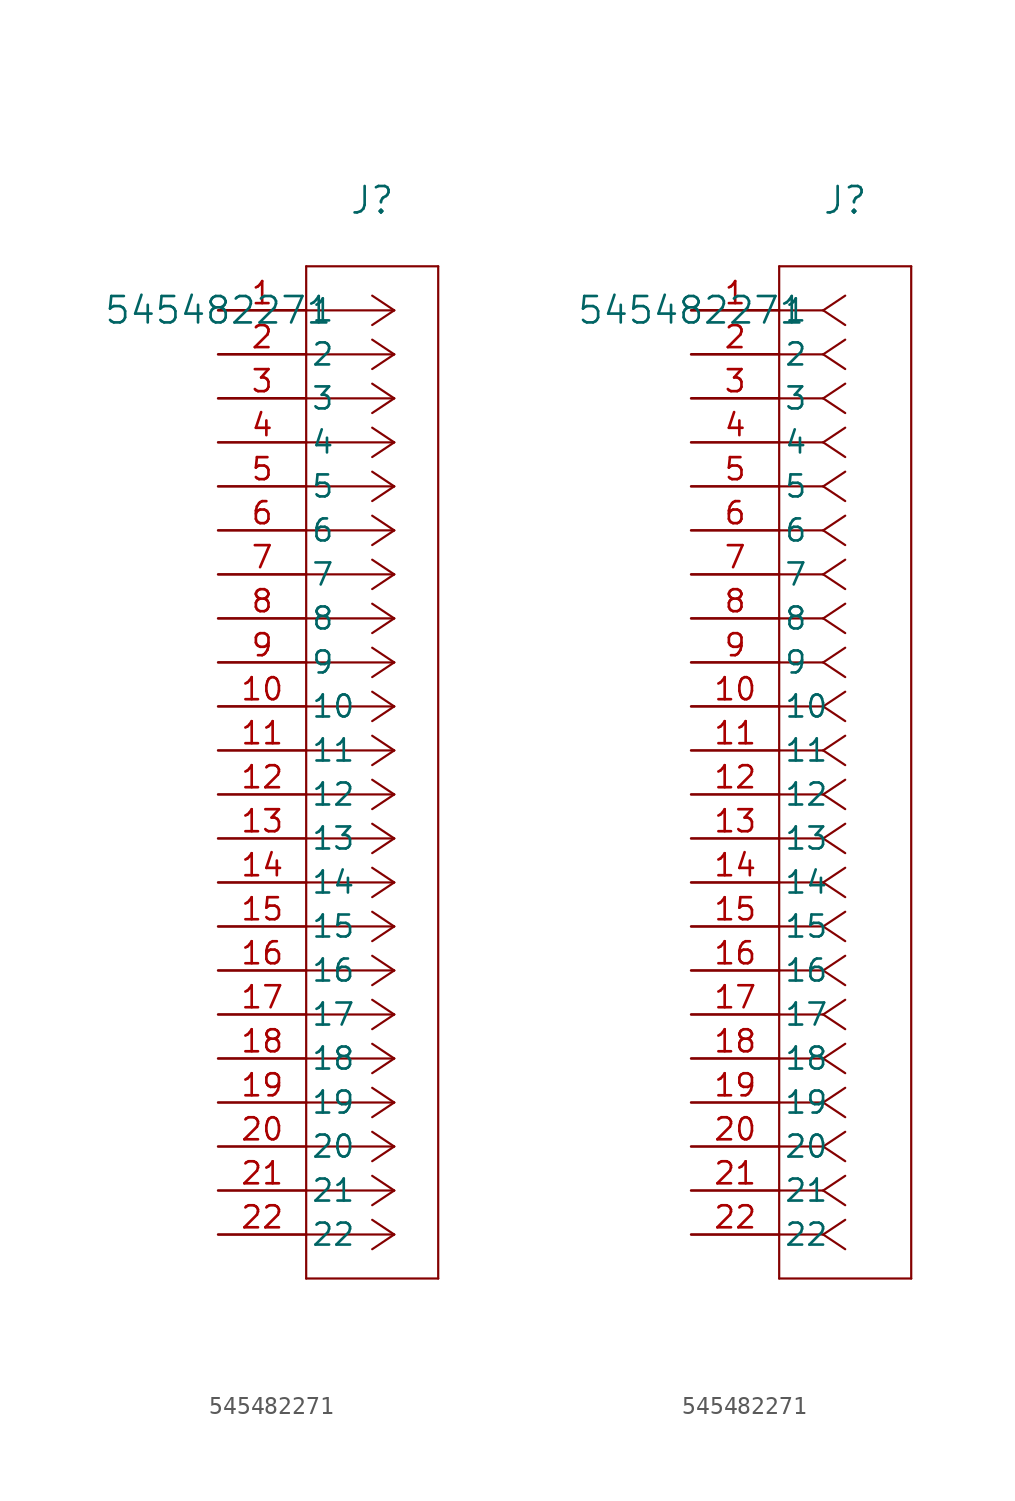
<source format=kicad_sym>
(kicad_symbol_lib
  (version 20211014)
  (generator kicad_symbol_editor)
  (symbol "545482271"
    (pin_names
      (offset 0.254))
    (property "Reference" "J"
      (at 8.89 6.35 0)
      (effects (font (size 1.524 1.524))))
    (property "Value" "545482271"
      (at 0 0 0)
      (effects (font (size 1.524 1.524))))
    (symbol "545482271_1_1"
      (polyline (pts (xy 10.16 0) (xy 5.08 0)) (stroke (width 0.127) (type default) (color 0 0 0 0)) (fill (type none)))
      (polyline (pts (xy 10.16 -2.54) (xy 5.08 -2.54)) (stroke (width 0.127) (type default) (color 0 0 0 0)) (fill (type none)))
      (polyline (pts (xy 10.16 -5.08) (xy 5.08 -5.08)) (stroke (width 0.127) (type default) (color 0 0 0 0)) (fill (type none)))
      (polyline (pts (xy 10.16 -7.62) (xy 5.08 -7.62)) (stroke (width 0.127) (type default) (color 0 0 0 0)) (fill (type none)))
      (polyline (pts (xy 10.16 -10.16) (xy 5.08 -10.16)) (stroke (width 0.127) (type default) (color 0 0 0 0)) (fill (type none)))
      (polyline (pts (xy 10.16 -12.7) (xy 5.08 -12.7)) (stroke (width 0.127) (type default) (color 0 0 0 0)) (fill (type none)))
      (polyline (pts (xy 10.16 -15.24) (xy 5.08 -15.24)) (stroke (width 0.127) (type default) (color 0 0 0 0)) (fill (type none)))
      (polyline (pts (xy 10.16 -17.78) (xy 5.08 -17.78)) (stroke (width 0.127) (type default) (color 0 0 0 0)) (fill (type none)))
      (polyline (pts (xy 10.16 -20.32) (xy 5.08 -20.32)) (stroke (width 0.127) (type default) (color 0 0 0 0)) (fill (type none)))
      (polyline (pts (xy 10.16 -22.86) (xy 5.08 -22.86)) (stroke (width 0.127) (type default) (color 0 0 0 0)) (fill (type none)))
      (polyline (pts (xy 10.16 -25.4) (xy 5.08 -25.4)) (stroke (width 0.127) (type default) (color 0 0 0 0)) (fill (type none)))
      (polyline (pts (xy 10.16 -27.94) (xy 5.08 -27.94)) (stroke (width 0.127) (type default) (color 0 0 0 0)) (fill (type none)))
      (polyline (pts (xy 10.16 -30.48) (xy 5.08 -30.48)) (stroke (width 0.127) (type default) (color 0 0 0 0)) (fill (type none)))
      (polyline (pts (xy 10.16 -33.02) (xy 5.08 -33.02)) (stroke (width 0.127) (type default) (color 0 0 0 0)) (fill (type none)))
      (polyline (pts (xy 10.16 -35.56) (xy 5.08 -35.56)) (stroke (width 0.127) (type default) (color 0 0 0 0)) (fill (type none)))
      (polyline (pts (xy 10.16 -38.1) (xy 5.08 -38.1)) (stroke (width 0.127) (type default) (color 0 0 0 0)) (fill (type none)))
      (polyline (pts (xy 10.16 -40.64) (xy 5.08 -40.64)) (stroke (width 0.127) (type default) (color 0 0 0 0)) (fill (type none)))
      (polyline (pts (xy 10.16 -43.18) (xy 5.08 -43.18)) (stroke (width 0.127) (type default) (color 0 0 0 0)) (fill (type none)))
      (polyline (pts (xy 10.16 -45.72) (xy 5.08 -45.72)) (stroke (width 0.127) (type default) (color 0 0 0 0)) (fill (type none)))
      (polyline (pts (xy 10.16 -48.26) (xy 5.08 -48.26)) (stroke (width 0.127) (type default) (color 0 0 0 0)) (fill (type none)))
      (polyline (pts (xy 10.16 -50.8) (xy 5.08 -50.8)) (stroke (width 0.127) (type default) (color 0 0 0 0)) (fill (type none)))
      (polyline (pts (xy 10.16 -53.34) (xy 5.08 -53.34)) (stroke (width 0.127) (type default) (color 0 0 0 0)) (fill (type none)))
      (polyline (pts (xy 10.16 0) (xy 8.89 0.847)) (stroke (width 0.127) (type default) (color 0 0 0 0)) (fill (type none)))
      (polyline (pts (xy 10.16 -2.54) (xy 8.89 -1.693)) (stroke (width 0.127) (type default) (color 0 0 0 0)) (fill (type none)))
      (polyline (pts (xy 10.16 -5.08) (xy 8.89 -4.233)) (stroke (width 0.127) (type default) (color 0 0 0 0)) (fill (type none)))
      (polyline (pts (xy 10.16 -7.62) (xy 8.89 -6.773)) (stroke (width 0.127) (type default) (color 0 0 0 0)) (fill (type none)))
      (polyline (pts (xy 10.16 -10.16) (xy 8.89 -9.313)) (stroke (width 0.127) (type default) (color 0 0 0 0)) (fill (type none)))
      (polyline (pts (xy 10.16 -12.7) (xy 8.89 -11.853)) (stroke (width 0.127) (type default) (color 0 0 0 0)) (fill (type none)))
      (polyline (pts (xy 10.16 -15.24) (xy 8.89 -14.393)) (stroke (width 0.127) (type default) (color 0 0 0 0)) (fill (type none)))
      (polyline (pts (xy 10.16 -17.78) (xy 8.89 -16.933)) (stroke (width 0.127) (type default) (color 0 0 0 0)) (fill (type none)))
      (polyline (pts (xy 10.16 -20.32) (xy 8.89 -19.473)) (stroke (width 0.127) (type default) (color 0 0 0 0)) (fill (type none)))
      (polyline (pts (xy 10.16 -22.86) (xy 8.89 -22.013)) (stroke (width 0.127) (type default) (color 0 0 0 0)) (fill (type none)))
      (polyline (pts (xy 10.16 -25.4) (xy 8.89 -24.553)) (stroke (width 0.127) (type default) (color 0 0 0 0)) (fill (type none)))
      (polyline (pts (xy 10.16 -27.94) (xy 8.89 -27.093)) (stroke (width 0.127) (type default) (color 0 0 0 0)) (fill (type none)))
      (polyline (pts (xy 10.16 -30.48) (xy 8.89 -29.633)) (stroke (width 0.127) (type default) (color 0 0 0 0)) (fill (type none)))
      (polyline (pts (xy 10.16 -33.02) (xy 8.89 -32.173)) (stroke (width 0.127) (type default) (color 0 0 0 0)) (fill (type none)))
      (polyline (pts (xy 10.16 -35.56) (xy 8.89 -34.713)) (stroke (width 0.127) (type default) (color 0 0 0 0)) (fill (type none)))
      (polyline (pts (xy 10.16 -38.1) (xy 8.89 -37.253)) (stroke (width 0.127) (type default) (color 0 0 0 0)) (fill (type none)))
      (polyline (pts (xy 10.16 -40.64) (xy 8.89 -39.793)) (stroke (width 0.127) (type default) (color 0 0 0 0)) (fill (type none)))
      (polyline (pts (xy 10.16 -43.18) (xy 8.89 -42.333)) (stroke (width 0.127) (type default) (color 0 0 0 0)) (fill (type none)))
      (polyline (pts (xy 10.16 -45.72) (xy 8.89 -44.873)) (stroke (width 0.127) (type default) (color 0 0 0 0)) (fill (type none)))
      (polyline (pts (xy 10.16 -48.26) (xy 8.89 -47.413)) (stroke (width 0.127) (type default) (color 0 0 0 0)) (fill (type none)))
      (polyline (pts (xy 10.16 -50.8) (xy 8.89 -49.953)) (stroke (width 0.127) (type default) (color 0 0 0 0)) (fill (type none)))
      (polyline (pts (xy 10.16 -53.34) (xy 8.89 -52.493)) (stroke (width 0.127) (type default) (color 0 0 0 0)) (fill (type none)))
      (polyline (pts (xy 10.16 0) (xy 8.89 -0.847)) (stroke (width 0.127) (type default) (color 0 0 0 0)) (fill (type none)))
      (polyline (pts (xy 10.16 -2.54) (xy 8.89 -3.387)) (stroke (width 0.127) (type default) (color 0 0 0 0)) (fill (type none)))
      (polyline (pts (xy 10.16 -5.08) (xy 8.89 -5.927)) (stroke (width 0.127) (type default) (color 0 0 0 0)) (fill (type none)))
      (polyline (pts (xy 10.16 -7.62) (xy 8.89 -8.467)) (stroke (width 0.127) (type default) (color 0 0 0 0)) (fill (type none)))
      (polyline (pts (xy 10.16 -10.16) (xy 8.89 -11.007)) (stroke (width 0.127) (type default) (color 0 0 0 0)) (fill (type none)))
      (polyline (pts (xy 10.16 -12.7) (xy 8.89 -13.547)) (stroke (width 0.127) (type default) (color 0 0 0 0)) (fill (type none)))
      (polyline (pts (xy 10.16 -15.24) (xy 8.89 -16.087)) (stroke (width 0.127) (type default) (color 0 0 0 0)) (fill (type none)))
      (polyline (pts (xy 10.16 -17.78) (xy 8.89 -18.627)) (stroke (width 0.127) (type default) (color 0 0 0 0)) (fill (type none)))
      (polyline (pts (xy 10.16 -20.32) (xy 8.89 -21.167)) (stroke (width 0.127) (type default) (color 0 0 0 0)) (fill (type none)))
      (polyline (pts (xy 10.16 -22.86) (xy 8.89 -23.707)) (stroke (width 0.127) (type default) (color 0 0 0 0)) (fill (type none)))
      (polyline (pts (xy 10.16 -25.4) (xy 8.89 -26.247)) (stroke (width 0.127) (type default) (color 0 0 0 0)) (fill (type none)))
      (polyline (pts (xy 10.16 -27.94) (xy 8.89 -28.787)) (stroke (width 0.127) (type default) (color 0 0 0 0)) (fill (type none)))
      (polyline (pts (xy 10.16 -30.48) (xy 8.89 -31.327)) (stroke (width 0.127) (type default) (color 0 0 0 0)) (fill (type none)))
      (polyline (pts (xy 10.16 -33.02) (xy 8.89 -33.867)) (stroke (width 0.127) (type default) (color 0 0 0 0)) (fill (type none)))
      (polyline (pts (xy 10.16 -35.56) (xy 8.89 -36.407)) (stroke (width 0.127) (type default) (color 0 0 0 0)) (fill (type none)))
      (polyline (pts (xy 10.16 -38.1) (xy 8.89 -38.947)) (stroke (width 0.127) (type default) (color 0 0 0 0)) (fill (type none)))
      (polyline (pts (xy 10.16 -40.64) (xy 8.89 -41.487)) (stroke (width 0.127) (type default) (color 0 0 0 0)) (fill (type none)))
      (polyline (pts (xy 10.16 -43.18) (xy 8.89 -44.027)) (stroke (width 0.127) (type default) (color 0 0 0 0)) (fill (type none)))
      (polyline (pts (xy 10.16 -45.72) (xy 8.89 -46.567)) (stroke (width 0.127) (type default) (color 0 0 0 0)) (fill (type none)))
      (polyline (pts (xy 10.16 -48.26) (xy 8.89 -49.107)) (stroke (width 0.127) (type default) (color 0 0 0 0)) (fill (type none)))
      (polyline (pts (xy 10.16 -50.8) (xy 8.89 -51.647)) (stroke (width 0.127) (type default) (color 0 0 0 0)) (fill (type none)))
      (polyline (pts (xy 10.16 -53.34) (xy 8.89 -54.187)) (stroke (width 0.127) (type default) (color 0 0 0 0)) (fill (type none)))
      (polyline (pts (xy 5.08 2.54) (xy 5.08 -55.88)) (stroke (width 0.127) (type default) (color 0 0 0 0)) (fill (type none)))
      (polyline (pts (xy 5.08 -55.88) (xy 12.7 -55.88)) (stroke (width 0.127) (type default) (color 0 0 0 0)) (fill (type none)))
      (polyline (pts (xy 12.7 -55.88) (xy 12.7 2.54)) (stroke (width 0.127) (type default) (color 0 0 0 0)) (fill (type none)))
      (polyline (pts (xy 12.7 2.54) (xy 5.08 2.54)) (stroke (width 0.127) (type default) (color 0 0 0 0)) (fill (type none)))
      (pin unspecified line (at 0 0 0) (length 5.08) (name "1" (effects (font (size 1.27 1.27)))) (number "1" (effects (font (size 1.27 1.27)))))
      (pin unspecified line (at 0 -2.54 0) (length 5.08) (name "2" (effects (font (size 1.27 1.27)))) (number "2" (effects (font (size 1.27 1.27)))))
      (pin unspecified line (at 0 -5.08 0) (length 5.08) (name "3" (effects (font (size 1.27 1.27)))) (number "3" (effects (font (size 1.27 1.27)))))
      (pin unspecified line (at 0 -7.62 0) (length 5.08) (name "4" (effects (font (size 1.27 1.27)))) (number "4" (effects (font (size 1.27 1.27)))))
      (pin unspecified line (at 0 -10.16 0) (length 5.08) (name "5" (effects (font (size 1.27 1.27)))) (number "5" (effects (font (size 1.27 1.27)))))
      (pin unspecified line (at 0 -12.7 0) (length 5.08) (name "6" (effects (font (size 1.27 1.27)))) (number "6" (effects (font (size 1.27 1.27)))))
      (pin unspecified line (at 0 -15.24 0) (length 5.08) (name "7" (effects (font (size 1.27 1.27)))) (number "7" (effects (font (size 1.27 1.27)))))
      (pin unspecified line (at 0 -17.78 0) (length 5.08) (name "8" (effects (font (size 1.27 1.27)))) (number "8" (effects (font (size 1.27 1.27)))))
      (pin unspecified line (at 0 -20.32 0) (length 5.08) (name "9" (effects (font (size 1.27 1.27)))) (number "9" (effects (font (size 1.27 1.27)))))
      (pin unspecified line (at 0 -22.86 0) (length 5.08) (name "10" (effects (font (size 1.27 1.27)))) (number "10" (effects (font (size 1.27 1.27)))))
      (pin unspecified line (at 0 -25.4 0) (length 5.08) (name "11" (effects (font (size 1.27 1.27)))) (number "11" (effects (font (size 1.27 1.27)))))
      (pin unspecified line (at 0 -27.94 0) (length 5.08) (name "12" (effects (font (size 1.27 1.27)))) (number "12" (effects (font (size 1.27 1.27)))))
      (pin unspecified line (at 0 -30.48 0) (length 5.08) (name "13" (effects (font (size 1.27 1.27)))) (number "13" (effects (font (size 1.27 1.27)))))
      (pin unspecified line (at 0 -33.02 0) (length 5.08) (name "14" (effects (font (size 1.27 1.27)))) (number "14" (effects (font (size 1.27 1.27)))))
      (pin unspecified line (at 0 -35.56 0) (length 5.08) (name "15" (effects (font (size 1.27 1.27)))) (number "15" (effects (font (size 1.27 1.27)))))
      (pin unspecified line (at 0 -38.1 0) (length 5.08) (name "16" (effects (font (size 1.27 1.27)))) (number "16" (effects (font (size 1.27 1.27)))))
      (pin unspecified line (at 0 -40.64 0) (length 5.08) (name "17" (effects (font (size 1.27 1.27)))) (number "17" (effects (font (size 1.27 1.27)))))
      (pin unspecified line (at 0 -43.18 0) (length 5.08) (name "18" (effects (font (size 1.27 1.27)))) (number "18" (effects (font (size 1.27 1.27)))))
      (pin unspecified line (at 0 -45.72 0) (length 5.08) (name "19" (effects (font (size 1.27 1.27)))) (number "19" (effects (font (size 1.27 1.27)))))
      (pin unspecified line (at 0 -48.26 0) (length 5.08) (name "20" (effects (font (size 1.27 1.27)))) (number "20" (effects (font (size 1.27 1.27)))))
      (pin unspecified line (at 0 -50.8 0) (length 5.08) (name "21" (effects (font (size 1.27 1.27)))) (number "21" (effects (font (size 1.27 1.27)))))
      (pin unspecified line (at 0 -53.34 0) (length 5.08) (name "22" (effects (font (size 1.27 1.27)))) (number "22" (effects (font (size 1.27 1.27))))))
    (symbol "545482271_1_2"
      (polyline (pts (xy 7.62 0) (xy 5.08 0)) (stroke (width 0.127) (type default) (color 0 0 0 0)) (fill (type none)))
      (polyline (pts (xy 7.62 -2.54) (xy 5.08 -2.54)) (stroke (width 0.127) (type default) (color 0 0 0 0)) (fill (type none)))
      (polyline (pts (xy 7.62 -5.08) (xy 5.08 -5.08)) (stroke (width 0.127) (type default) (color 0 0 0 0)) (fill (type none)))
      (polyline (pts (xy 7.62 -7.62) (xy 5.08 -7.62)) (stroke (width 0.127) (type default) (color 0 0 0 0)) (fill (type none)))
      (polyline (pts (xy 7.62 -10.16) (xy 5.08 -10.16)) (stroke (width 0.127) (type default) (color 0 0 0 0)) (fill (type none)))
      (polyline (pts (xy 7.62 -12.7) (xy 5.08 -12.7)) (stroke (width 0.127) (type default) (color 0 0 0 0)) (fill (type none)))
      (polyline (pts (xy 7.62 -15.24) (xy 5.08 -15.24)) (stroke (width 0.127) (type default) (color 0 0 0 0)) (fill (type none)))
      (polyline (pts (xy 7.62 -17.78) (xy 5.08 -17.78)) (stroke (width 0.127) (type default) (color 0 0 0 0)) (fill (type none)))
      (polyline (pts (xy 7.62 -20.32) (xy 5.08 -20.32)) (stroke (width 0.127) (type default) (color 0 0 0 0)) (fill (type none)))
      (polyline (pts (xy 7.62 -22.86) (xy 5.08 -22.86)) (stroke (width 0.127) (type default) (color 0 0 0 0)) (fill (type none)))
      (polyline (pts (xy 7.62 -25.4) (xy 5.08 -25.4)) (stroke (width 0.127) (type default) (color 0 0 0 0)) (fill (type none)))
      (polyline (pts (xy 7.62 -27.94) (xy 5.08 -27.94)) (stroke (width 0.127) (type default) (color 0 0 0 0)) (fill (type none)))
      (polyline (pts (xy 7.62 -30.48) (xy 5.08 -30.48)) (stroke (width 0.127) (type default) (color 0 0 0 0)) (fill (type none)))
      (polyline (pts (xy 7.62 -33.02) (xy 5.08 -33.02)) (stroke (width 0.127) (type default) (color 0 0 0 0)) (fill (type none)))
      (polyline (pts (xy 7.62 -35.56) (xy 5.08 -35.56)) (stroke (width 0.127) (type default) (color 0 0 0 0)) (fill (type none)))
      (polyline (pts (xy 7.62 -38.1) (xy 5.08 -38.1)) (stroke (width 0.127) (type default) (color 0 0 0 0)) (fill (type none)))
      (polyline (pts (xy 7.62 -40.64) (xy 5.08 -40.64)) (stroke (width 0.127) (type default) (color 0 0 0 0)) (fill (type none)))
      (polyline (pts (xy 7.62 -43.18) (xy 5.08 -43.18)) (stroke (width 0.127) (type default) (color 0 0 0 0)) (fill (type none)))
      (polyline (pts (xy 7.62 -45.72) (xy 5.08 -45.72)) (stroke (width 0.127) (type default) (color 0 0 0 0)) (fill (type none)))
      (polyline (pts (xy 7.62 -48.26) (xy 5.08 -48.26)) (stroke (width 0.127) (type default) (color 0 0 0 0)) (fill (type none)))
      (polyline (pts (xy 7.62 -50.8) (xy 5.08 -50.8)) (stroke (width 0.127) (type default) (color 0 0 0 0)) (fill (type none)))
      (polyline (pts (xy 7.62 -53.34) (xy 5.08 -53.34)) (stroke (width 0.127) (type default) (color 0 0 0 0)) (fill (type none)))
      (polyline (pts (xy 7.62 0) (xy 8.89 0.847)) (stroke (width 0.127) (type default) (color 0 0 0 0)) (fill (type none)))
      (polyline (pts (xy 7.62 -2.54) (xy 8.89 -1.693)) (stroke (width 0.127) (type default) (color 0 0 0 0)) (fill (type none)))
      (polyline (pts (xy 7.62 -5.08) (xy 8.89 -4.233)) (stroke (width 0.127) (type default) (color 0 0 0 0)) (fill (type none)))
      (polyline (pts (xy 7.62 -7.62) (xy 8.89 -6.773)) (stroke (width 0.127) (type default) (color 0 0 0 0)) (fill (type none)))
      (polyline (pts (xy 7.62 -10.16) (xy 8.89 -9.313)) (stroke (width 0.127) (type default) (color 0 0 0 0)) (fill (type none)))
      (polyline (pts (xy 7.62 -12.7) (xy 8.89 -11.853)) (stroke (width 0.127) (type default) (color 0 0 0 0)) (fill (type none)))
      (polyline (pts (xy 7.62 -15.24) (xy 8.89 -14.393)) (stroke (width 0.127) (type default) (color 0 0 0 0)) (fill (type none)))
      (polyline (pts (xy 7.62 -17.78) (xy 8.89 -16.933)) (stroke (width 0.127) (type default) (color 0 0 0 0)) (fill (type none)))
      (polyline (pts (xy 7.62 -20.32) (xy 8.89 -19.473)) (stroke (width 0.127) (type default) (color 0 0 0 0)) (fill (type none)))
      (polyline (pts (xy 7.62 -22.86) (xy 8.89 -22.013)) (stroke (width 0.127) (type default) (color 0 0 0 0)) (fill (type none)))
      (polyline (pts (xy 7.62 -25.4) (xy 8.89 -24.553)) (stroke (width 0.127) (type default) (color 0 0 0 0)) (fill (type none)))
      (polyline (pts (xy 7.62 -27.94) (xy 8.89 -27.093)) (stroke (width 0.127) (type default) (color 0 0 0 0)) (fill (type none)))
      (polyline (pts (xy 7.62 -30.48) (xy 8.89 -29.633)) (stroke (width 0.127) (type default) (color 0 0 0 0)) (fill (type none)))
      (polyline (pts (xy 7.62 -33.02) (xy 8.89 -32.173)) (stroke (width 0.127) (type default) (color 0 0 0 0)) (fill (type none)))
      (polyline (pts (xy 7.62 -35.56) (xy 8.89 -34.713)) (stroke (width 0.127) (type default) (color 0 0 0 0)) (fill (type none)))
      (polyline (pts (xy 7.62 -38.1) (xy 8.89 -37.253)) (stroke (width 0.127) (type default) (color 0 0 0 0)) (fill (type none)))
      (polyline (pts (xy 7.62 -40.64) (xy 8.89 -39.793)) (stroke (width 0.127) (type default) (color 0 0 0 0)) (fill (type none)))
      (polyline (pts (xy 7.62 -43.18) (xy 8.89 -42.333)) (stroke (width 0.127) (type default) (color 0 0 0 0)) (fill (type none)))
      (polyline (pts (xy 7.62 -45.72) (xy 8.89 -44.873)) (stroke (width 0.127) (type default) (color 0 0 0 0)) (fill (type none)))
      (polyline (pts (xy 7.62 -48.26) (xy 8.89 -47.413)) (stroke (width 0.127) (type default) (color 0 0 0 0)) (fill (type none)))
      (polyline (pts (xy 7.62 -50.8) (xy 8.89 -49.953)) (stroke (width 0.127) (type default) (color 0 0 0 0)) (fill (type none)))
      (polyline (pts (xy 7.62 -53.34) (xy 8.89 -52.493)) (stroke (width 0.127) (type default) (color 0 0 0 0)) (fill (type none)))
      (polyline (pts (xy 7.62 0) (xy 8.89 -0.847)) (stroke (width 0.127) (type default) (color 0 0 0 0)) (fill (type none)))
      (polyline (pts (xy 7.62 -2.54) (xy 8.89 -3.387)) (stroke (width 0.127) (type default) (color 0 0 0 0)) (fill (type none)))
      (polyline (pts (xy 7.62 -5.08) (xy 8.89 -5.927)) (stroke (width 0.127) (type default) (color 0 0 0 0)) (fill (type none)))
      (polyline (pts (xy 7.62 -7.62) (xy 8.89 -8.467)) (stroke (width 0.127) (type default) (color 0 0 0 0)) (fill (type none)))
      (polyline (pts (xy 7.62 -10.16) (xy 8.89 -11.007)) (stroke (width 0.127) (type default) (color 0 0 0 0)) (fill (type none)))
      (polyline (pts (xy 7.62 -12.7) (xy 8.89 -13.547)) (stroke (width 0.127) (type default) (color 0 0 0 0)) (fill (type none)))
      (polyline (pts (xy 7.62 -15.24) (xy 8.89 -16.087)) (stroke (width 0.127) (type default) (color 0 0 0 0)) (fill (type none)))
      (polyline (pts (xy 7.62 -17.78) (xy 8.89 -18.627)) (stroke (width 0.127) (type default) (color 0 0 0 0)) (fill (type none)))
      (polyline (pts (xy 7.62 -20.32) (xy 8.89 -21.167)) (stroke (width 0.127) (type default) (color 0 0 0 0)) (fill (type none)))
      (polyline (pts (xy 7.62 -22.86) (xy 8.89 -23.707)) (stroke (width 0.127) (type default) (color 0 0 0 0)) (fill (type none)))
      (polyline (pts (xy 7.62 -25.4) (xy 8.89 -26.247)) (stroke (width 0.127) (type default) (color 0 0 0 0)) (fill (type none)))
      (polyline (pts (xy 7.62 -27.94) (xy 8.89 -28.787)) (stroke (width 0.127) (type default) (color 0 0 0 0)) (fill (type none)))
      (polyline (pts (xy 7.62 -30.48) (xy 8.89 -31.327)) (stroke (width 0.127) (type default) (color 0 0 0 0)) (fill (type none)))
      (polyline (pts (xy 7.62 -33.02) (xy 8.89 -33.867)) (stroke (width 0.127) (type default) (color 0 0 0 0)) (fill (type none)))
      (polyline (pts (xy 7.62 -35.56) (xy 8.89 -36.407)) (stroke (width 0.127) (type default) (color 0 0 0 0)) (fill (type none)))
      (polyline (pts (xy 7.62 -38.1) (xy 8.89 -38.947)) (stroke (width 0.127) (type default) (color 0 0 0 0)) (fill (type none)))
      (polyline (pts (xy 7.62 -40.64) (xy 8.89 -41.487)) (stroke (width 0.127) (type default) (color 0 0 0 0)) (fill (type none)))
      (polyline (pts (xy 7.62 -43.18) (xy 8.89 -44.027)) (stroke (width 0.127) (type default) (color 0 0 0 0)) (fill (type none)))
      (polyline (pts (xy 7.62 -45.72) (xy 8.89 -46.567)) (stroke (width 0.127) (type default) (color 0 0 0 0)) (fill (type none)))
      (polyline (pts (xy 7.62 -48.26) (xy 8.89 -49.107)) (stroke (width 0.127) (type default) (color 0 0 0 0)) (fill (type none)))
      (polyline (pts (xy 7.62 -50.8) (xy 8.89 -51.647)) (stroke (width 0.127) (type default) (color 0 0 0 0)) (fill (type none)))
      (polyline (pts (xy 7.62 -53.34) (xy 8.89 -54.187)) (stroke (width 0.127) (type default) (color 0 0 0 0)) (fill (type none)))
      (polyline (pts (xy 5.08 2.54) (xy 5.08 -55.88)) (stroke (width 0.127) (type default) (color 0 0 0 0)) (fill (type none)))
      (polyline (pts (xy 5.08 -55.88) (xy 12.7 -55.88)) (stroke (width 0.127) (type default) (color 0 0 0 0)) (fill (type none)))
      (polyline (pts (xy 12.7 -55.88) (xy 12.7 2.54)) (stroke (width 0.127) (type default) (color 0 0 0 0)) (fill (type none)))
      (polyline (pts (xy 12.7 2.54) (xy 5.08 2.54)) (stroke (width 0.127) (type default) (color 0 0 0 0)) (fill (type none)))
      (pin unspecified line (at 0 0 0) (length 5.08) (name "1" (effects (font (size 1.27 1.27)))) (number "1" (effects (font (size 1.27 1.27)))))
      (pin unspecified line (at 0 -2.54 0) (length 5.08) (name "2" (effects (font (size 1.27 1.27)))) (number "2" (effects (font (size 1.27 1.27)))))
      (pin unspecified line (at 0 -5.08 0) (length 5.08) (name "3" (effects (font (size 1.27 1.27)))) (number "3" (effects (font (size 1.27 1.27)))))
      (pin unspecified line (at 0 -7.62 0) (length 5.08) (name "4" (effects (font (size 1.27 1.27)))) (number "4" (effects (font (size 1.27 1.27)))))
      (pin unspecified line (at 0 -10.16 0) (length 5.08) (name "5" (effects (font (size 1.27 1.27)))) (number "5" (effects (font (size 1.27 1.27)))))
      (pin unspecified line (at 0 -12.7 0) (length 5.08) (name "6" (effects (font (size 1.27 1.27)))) (number "6" (effects (font (size 1.27 1.27)))))
      (pin unspecified line (at 0 -15.24 0) (length 5.08) (name "7" (effects (font (size 1.27 1.27)))) (number "7" (effects (font (size 1.27 1.27)))))
      (pin unspecified line (at 0 -17.78 0) (length 5.08) (name "8" (effects (font (size 1.27 1.27)))) (number "8" (effects (font (size 1.27 1.27)))))
      (pin unspecified line (at 0 -20.32 0) (length 5.08) (name "9" (effects (font (size 1.27 1.27)))) (number "9" (effects (font (size 1.27 1.27)))))
      (pin unspecified line (at 0 -22.86 0) (length 5.08) (name "10" (effects (font (size 1.27 1.27)))) (number "10" (effects (font (size 1.27 1.27)))))
      (pin unspecified line (at 0 -25.4 0) (length 5.08) (name "11" (effects (font (size 1.27 1.27)))) (number "11" (effects (font (size 1.27 1.27)))))
      (pin unspecified line (at 0 -27.94 0) (length 5.08) (name "12" (effects (font (size 1.27 1.27)))) (number "12" (effects (font (size 1.27 1.27)))))
      (pin unspecified line (at 0 -30.48 0) (length 5.08) (name "13" (effects (font (size 1.27 1.27)))) (number "13" (effects (font (size 1.27 1.27)))))
      (pin unspecified line (at 0 -33.02 0) (length 5.08) (name "14" (effects (font (size 1.27 1.27)))) (number "14" (effects (font (size 1.27 1.27)))))
      (pin unspecified line (at 0 -35.56 0) (length 5.08) (name "15" (effects (font (size 1.27 1.27)))) (number "15" (effects (font (size 1.27 1.27)))))
      (pin unspecified line (at 0 -38.1 0) (length 5.08) (name "16" (effects (font (size 1.27 1.27)))) (number "16" (effects (font (size 1.27 1.27)))))
      (pin unspecified line (at 0 -40.64 0) (length 5.08) (name "17" (effects (font (size 1.27 1.27)))) (number "17" (effects (font (size 1.27 1.27)))))
      (pin unspecified line (at 0 -43.18 0) (length 5.08) (name "18" (effects (font (size 1.27 1.27)))) (number "18" (effects (font (size 1.27 1.27)))))
      (pin unspecified line (at 0 -45.72 0) (length 5.08) (name "19" (effects (font (size 1.27 1.27)))) (number "19" (effects (font (size 1.27 1.27)))))
      (pin unspecified line (at 0 -48.26 0) (length 5.08) (name "20" (effects (font (size 1.27 1.27)))) (number "20" (effects (font (size 1.27 1.27)))))
      (pin unspecified line (at 0 -50.8 0) (length 5.08) (name "21" (effects (font (size 1.27 1.27)))) (number "21" (effects (font (size 1.27 1.27)))))
      (pin unspecified line (at 0 -53.34 0) (length 5.08) (name "22" (effects (font (size 1.27 1.27)))) (number "22" (effects (font (size 1.27 1.27))))))))
</source>
